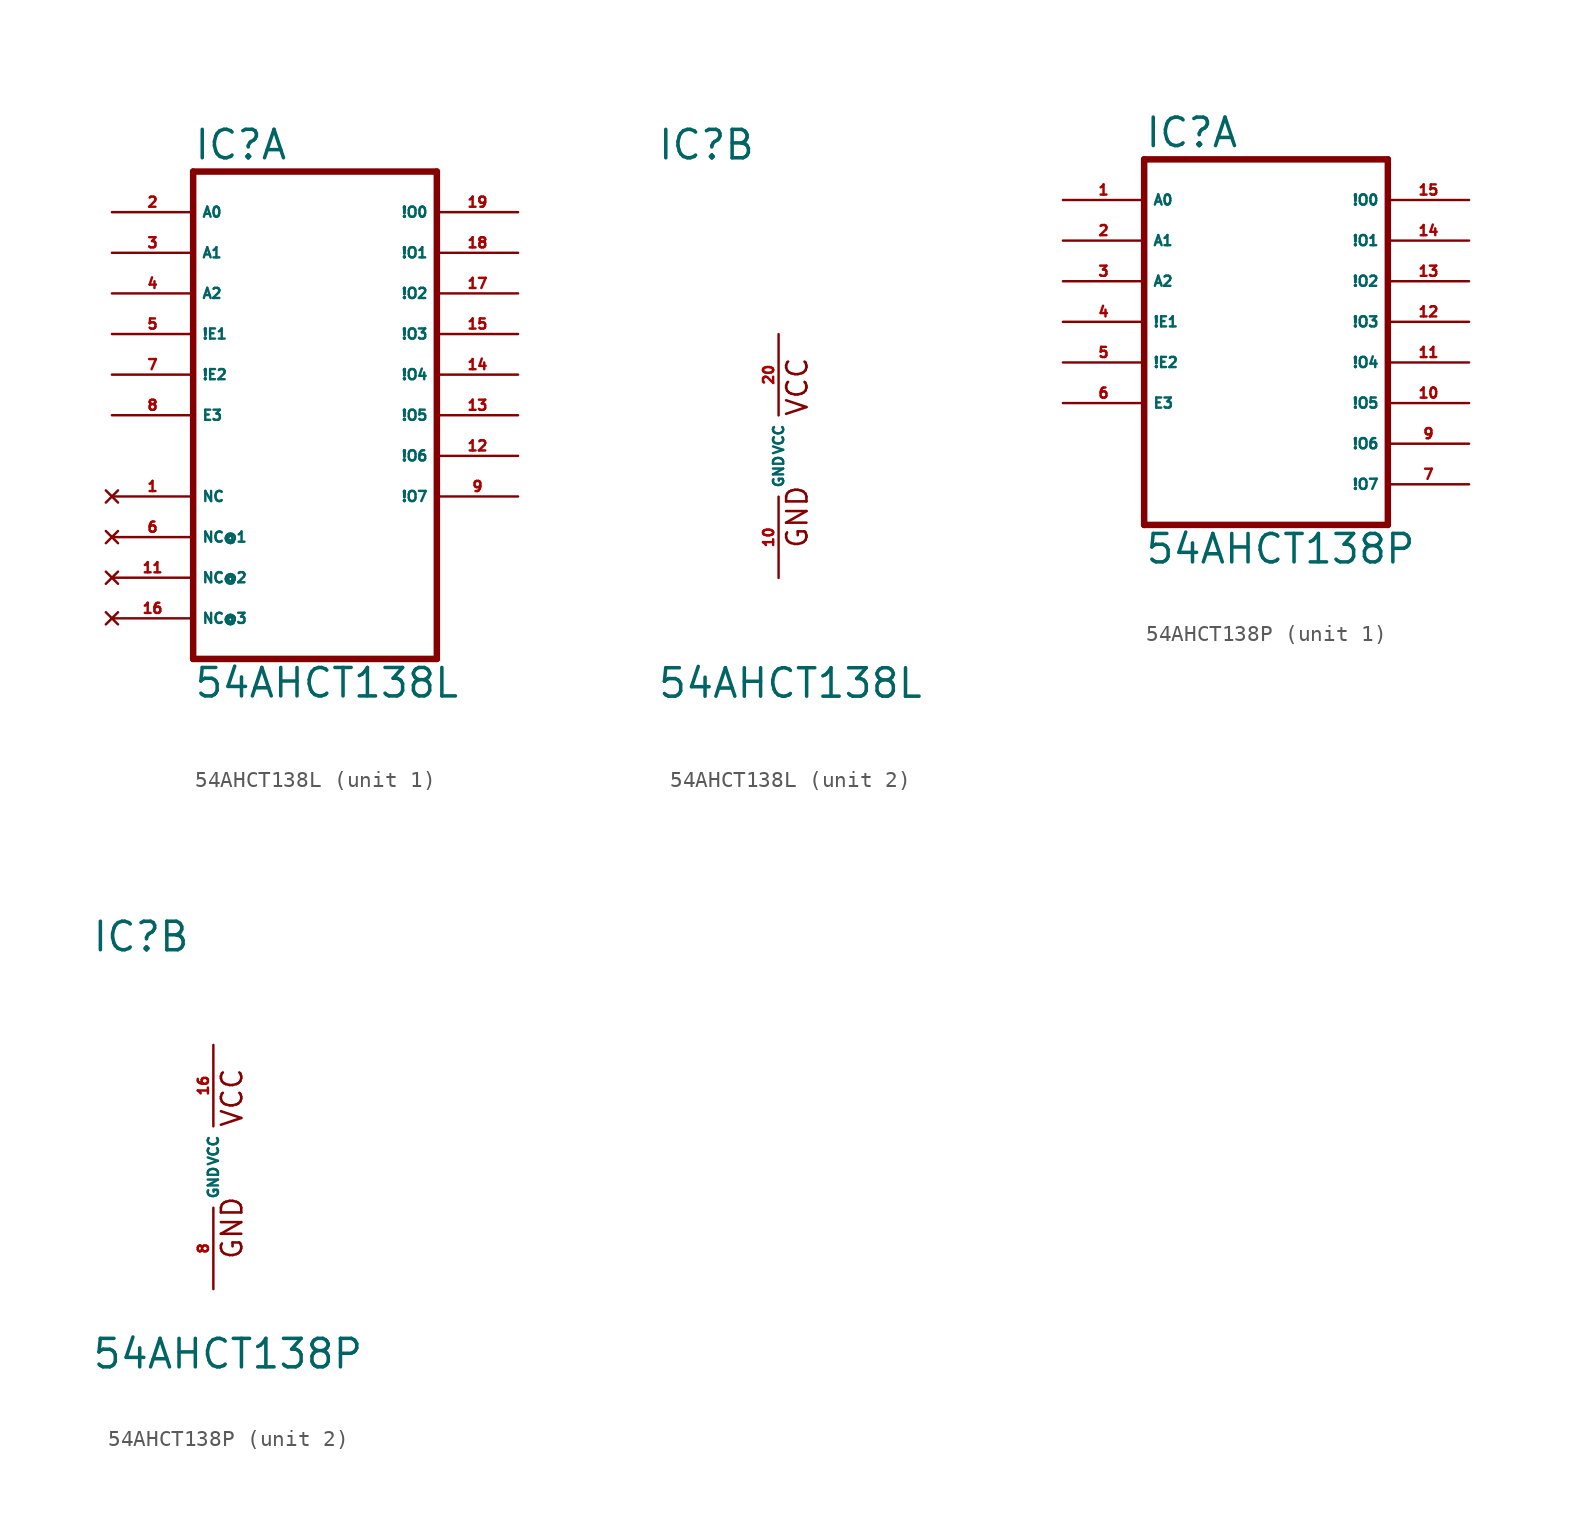
<source format=kicad_sym>
(kicad_symbol_lib
  (version 20220914)
  (generator Eagle2Kicad)
  (symbol "54AHCT138L"
    (property "Reference" "IC"
      (at -7.62 18.415 0)
      (effects (font (size 1.778 1.778) (thickness 0.22)) (justify left bottom)))
    (property "Value" "54AHCT138L"
      (at -7.62 -15.24 0)
      (effects (font (size 1.778 1.778) (thickness 0.22)) (justify left bottom)))
    (symbol "54AHCT138L_1_0"
      (polyline (pts (xy -7.62 -12.7) (xy 7.62 -12.7)) (stroke (width 0.406) (type default)) (fill (type none)))
      (polyline (pts (xy 7.62 -12.7) (xy 7.62 17.78)) (stroke (width 0.406) (type default)) (fill (type none)))
      (polyline (pts (xy 7.62 17.78) (xy -7.62 17.78)) (stroke (width 0.406) (type default)) (fill (type none)))
      (polyline (pts (xy -7.62 17.78) (xy -7.62 -12.7)) (stroke (width 0.406) (type default)) (fill (type none)))
      (pin input line (at -12.7 15.24 0) (length 5.08) (name "A0" (effects (font (size 0.635 0.635) (thickness 0.08)) (justify left bottom))) (number "2" (effects (font (size 0.635 0.635) (thickness 0.08)) (justify left bottom))))
      (pin input line (at -12.7 12.7 0) (length 5.08) (name "A1" (effects (font (size 0.635 0.635) (thickness 0.08)) (justify left bottom))) (number "3" (effects (font (size 0.635 0.635) (thickness 0.08)) (justify left bottom))))
      (pin input line (at -12.7 10.16 0) (length 5.08) (name "A2" (effects (font (size 0.635 0.635) (thickness 0.08)) (justify left bottom))) (number "4" (effects (font (size 0.635 0.635) (thickness 0.08)) (justify left bottom))))
      (pin input line (at -12.7 7.62 0) (length 5.08) (name "!E1" (effects (font (size 0.635 0.635) (thickness 0.08)) (justify left bottom))) (number "5" (effects (font (size 0.635 0.635) (thickness 0.08)) (justify left bottom))))
      (pin input line (at -12.7 5.08 0) (length 5.08) (name "!E2" (effects (font (size 0.635 0.635) (thickness 0.08)) (justify left bottom))) (number "7" (effects (font (size 0.635 0.635) (thickness 0.08)) (justify left bottom))))
      (pin input line (at -12.7 2.54 0) (length 5.08) (name "E3" (effects (font (size 0.635 0.635) (thickness 0.08)) (justify left bottom))) (number "8" (effects (font (size 0.635 0.635) (thickness 0.08)) (justify left bottom))))
      (pin output line (at 12.7 15.24 180) (length 5.08) (name "!O0" (effects (font (size 0.635 0.635) (thickness 0.08)) (justify left bottom))) (number "19" (effects (font (size 0.635 0.635) (thickness 0.08)) (justify left bottom))))
      (pin output line (at 12.7 12.7 180) (length 5.08) (name "!O1" (effects (font (size 0.635 0.635) (thickness 0.08)) (justify left bottom))) (number "18" (effects (font (size 0.635 0.635) (thickness 0.08)) (justify left bottom))))
      (pin output line (at 12.7 10.16 180) (length 5.08) (name "!O2" (effects (font (size 0.635 0.635) (thickness 0.08)) (justify left bottom))) (number "17" (effects (font (size 0.635 0.635) (thickness 0.08)) (justify left bottom))))
      (pin output line (at 12.7 7.62 180) (length 5.08) (name "!O3" (effects (font (size 0.635 0.635) (thickness 0.08)) (justify left bottom))) (number "15" (effects (font (size 0.635 0.635) (thickness 0.08)) (justify left bottom))))
      (pin output line (at 12.7 5.08 180) (length 5.08) (name "!O4" (effects (font (size 0.635 0.635) (thickness 0.08)) (justify left bottom))) (number "14" (effects (font (size 0.635 0.635) (thickness 0.08)) (justify left bottom))))
      (pin output line (at 12.7 2.54 180) (length 5.08) (name "!O5" (effects (font (size 0.635 0.635) (thickness 0.08)) (justify left bottom))) (number "13" (effects (font (size 0.635 0.635) (thickness 0.08)) (justify left bottom))))
      (pin output line (at 12.7 0 180) (length 5.08) (name "!O6" (effects (font (size 0.635 0.635) (thickness 0.08)) (justify left bottom))) (number "12" (effects (font (size 0.635 0.635) (thickness 0.08)) (justify left bottom))))
      (pin output line (at 12.7 -2.54 180) (length 5.08) (name "!O7" (effects (font (size 0.635 0.635) (thickness 0.08)) (justify left bottom))) (number "9" (effects (font (size 0.635 0.635) (thickness 0.08)) (justify left bottom))))
      (pin no_connect line (at -12.7 -2.54 0) (length 5.08) (name "NC" (effects (font (size 0.635 0.635) (thickness 0.08)) (justify left bottom) hide)) (number "1" (effects (font (size 0.635 0.635) (thickness 0.08)) (justify left bottom) hide)))
      (pin no_connect line (at -12.7 -5.08 0) (length 5.08) (name "NC@1" (effects (font (size 0.635 0.635) (thickness 0.08)) (justify left bottom) hide)) (number "6" (effects (font (size 0.635 0.635) (thickness 0.08)) (justify left bottom) hide)))
      (pin no_connect line (at -12.7 -7.62 0) (length 5.08) (name "NC@2" (effects (font (size 0.635 0.635) (thickness 0.08)) (justify left bottom) hide)) (number "11" (effects (font (size 0.635 0.635) (thickness 0.08)) (justify left bottom) hide)))
      (pin no_connect line (at -12.7 -10.16 0) (length 5.08) (name "NC@3" (effects (font (size 0.635 0.635) (thickness 0.08)) (justify left bottom) hide)) (number "16" (effects (font (size 0.635 0.635) (thickness 0.08)) (justify left bottom) hide))))
    (symbol "54AHCT138L_2_0"
      (text "GND" (at 1.905 -5.842 900) (effects (font (size 1.27 1.27) (thickness 0.16)) (justify left bottom)))
      (text "VCC" (at 1.905 2.413 900) (effects (font (size 1.27 1.27) (thickness 0.16)) (justify left bottom)))
      (pin unspecified line (at 0 7.62 270) (length 5.08) (name "VCC" (effects (font (size 0.635 0.635) (thickness 0.08)) (justify left bottom))) (number "20" (effects (font (size 0.635 0.635) (thickness 0.08)) (justify left bottom))))
      (pin unspecified line (at 0 -7.62 90) (length 5.08) (name "GND" (effects (font (size 0.635 0.635) (thickness 0.08)) (justify left bottom))) (number "10" (effects (font (size 0.635 0.635) (thickness 0.08)) (justify left bottom))))))
  (symbol "54AHCT138P"
    (property "Reference" "IC"
      (at -7.62 13.335 0)
      (effects (font (size 1.778 1.778) (thickness 0.22)) (justify left bottom)))
    (property "Value" "54AHCT138P"
      (at -7.62 -12.7 0)
      (effects (font (size 1.778 1.778) (thickness 0.22)) (justify left bottom)))
    (symbol "54AHCT138P_1_0"
      (polyline (pts (xy -7.62 -10.16) (xy 7.62 -10.16)) (stroke (width 0.406) (type default)) (fill (type none)))
      (polyline (pts (xy 7.62 -10.16) (xy 7.62 12.7)) (stroke (width 0.406) (type default)) (fill (type none)))
      (polyline (pts (xy 7.62 12.7) (xy -7.62 12.7)) (stroke (width 0.406) (type default)) (fill (type none)))
      (polyline (pts (xy -7.62 12.7) (xy -7.62 -10.16)) (stroke (width 0.406) (type default)) (fill (type none)))
      (pin input line (at -12.7 10.16 0) (length 5.08) (name "A0" (effects (font (size 0.635 0.635) (thickness 0.08)) (justify left bottom))) (number "1" (effects (font (size 0.635 0.635) (thickness 0.08)) (justify left bottom))))
      (pin input line (at -12.7 7.62 0) (length 5.08) (name "A1" (effects (font (size 0.635 0.635) (thickness 0.08)) (justify left bottom))) (number "2" (effects (font (size 0.635 0.635) (thickness 0.08)) (justify left bottom))))
      (pin input line (at -12.7 5.08 0) (length 5.08) (name "A2" (effects (font (size 0.635 0.635) (thickness 0.08)) (justify left bottom))) (number "3" (effects (font (size 0.635 0.635) (thickness 0.08)) (justify left bottom))))
      (pin input line (at -12.7 2.54 0) (length 5.08) (name "!E1" (effects (font (size 0.635 0.635) (thickness 0.08)) (justify left bottom))) (number "4" (effects (font (size 0.635 0.635) (thickness 0.08)) (justify left bottom))))
      (pin input line (at -12.7 0 0) (length 5.08) (name "!E2" (effects (font (size 0.635 0.635) (thickness 0.08)) (justify left bottom))) (number "5" (effects (font (size 0.635 0.635) (thickness 0.08)) (justify left bottom))))
      (pin input line (at -12.7 -2.54 0) (length 5.08) (name "E3" (effects (font (size 0.635 0.635) (thickness 0.08)) (justify left bottom))) (number "6" (effects (font (size 0.635 0.635) (thickness 0.08)) (justify left bottom))))
      (pin output line (at 12.7 10.16 180) (length 5.08) (name "!O0" (effects (font (size 0.635 0.635) (thickness 0.08)) (justify left bottom))) (number "15" (effects (font (size 0.635 0.635) (thickness 0.08)) (justify left bottom))))
      (pin output line (at 12.7 7.62 180) (length 5.08) (name "!O1" (effects (font (size 0.635 0.635) (thickness 0.08)) (justify left bottom))) (number "14" (effects (font (size 0.635 0.635) (thickness 0.08)) (justify left bottom))))
      (pin output line (at 12.7 5.08 180) (length 5.08) (name "!O2" (effects (font (size 0.635 0.635) (thickness 0.08)) (justify left bottom))) (number "13" (effects (font (size 0.635 0.635) (thickness 0.08)) (justify left bottom))))
      (pin output line (at 12.7 2.54 180) (length 5.08) (name "!O3" (effects (font (size 0.635 0.635) (thickness 0.08)) (justify left bottom))) (number "12" (effects (font (size 0.635 0.635) (thickness 0.08)) (justify left bottom))))
      (pin output line (at 12.7 0 180) (length 5.08) (name "!O4" (effects (font (size 0.635 0.635) (thickness 0.08)) (justify left bottom))) (number "11" (effects (font (size 0.635 0.635) (thickness 0.08)) (justify left bottom))))
      (pin output line (at 12.7 -2.54 180) (length 5.08) (name "!O5" (effects (font (size 0.635 0.635) (thickness 0.08)) (justify left bottom))) (number "10" (effects (font (size 0.635 0.635) (thickness 0.08)) (justify left bottom))))
      (pin output line (at 12.7 -5.08 180) (length 5.08) (name "!O6" (effects (font (size 0.635 0.635) (thickness 0.08)) (justify left bottom))) (number "9" (effects (font (size 0.635 0.635) (thickness 0.08)) (justify left bottom))))
      (pin output line (at 12.7 -7.62 180) (length 5.08) (name "!O7" (effects (font (size 0.635 0.635) (thickness 0.08)) (justify left bottom))) (number "7" (effects (font (size 0.635 0.635) (thickness 0.08)) (justify left bottom)))))
    (symbol "54AHCT138P_2_0"
      (text "GND" (at 1.905 -5.842 900) (effects (font (size 1.27 1.27) (thickness 0.16)) (justify left bottom)))
      (text "VCC" (at 1.905 2.413 900) (effects (font (size 1.27 1.27) (thickness 0.16)) (justify left bottom)))
      (pin unspecified line (at 0 7.62 270) (length 5.08) (name "VCC" (effects (font (size 0.635 0.635) (thickness 0.08)) (justify left bottom))) (number "16" (effects (font (size 0.635 0.635) (thickness 0.08)) (justify left bottom))))
      (pin unspecified line (at 0 -7.62 90) (length 5.08) (name "GND" (effects (font (size 0.635 0.635) (thickness 0.08)) (justify left bottom))) (number "8" (effects (font (size 0.635 0.635) (thickness 0.08)) (justify left bottom)))))))
</source>
